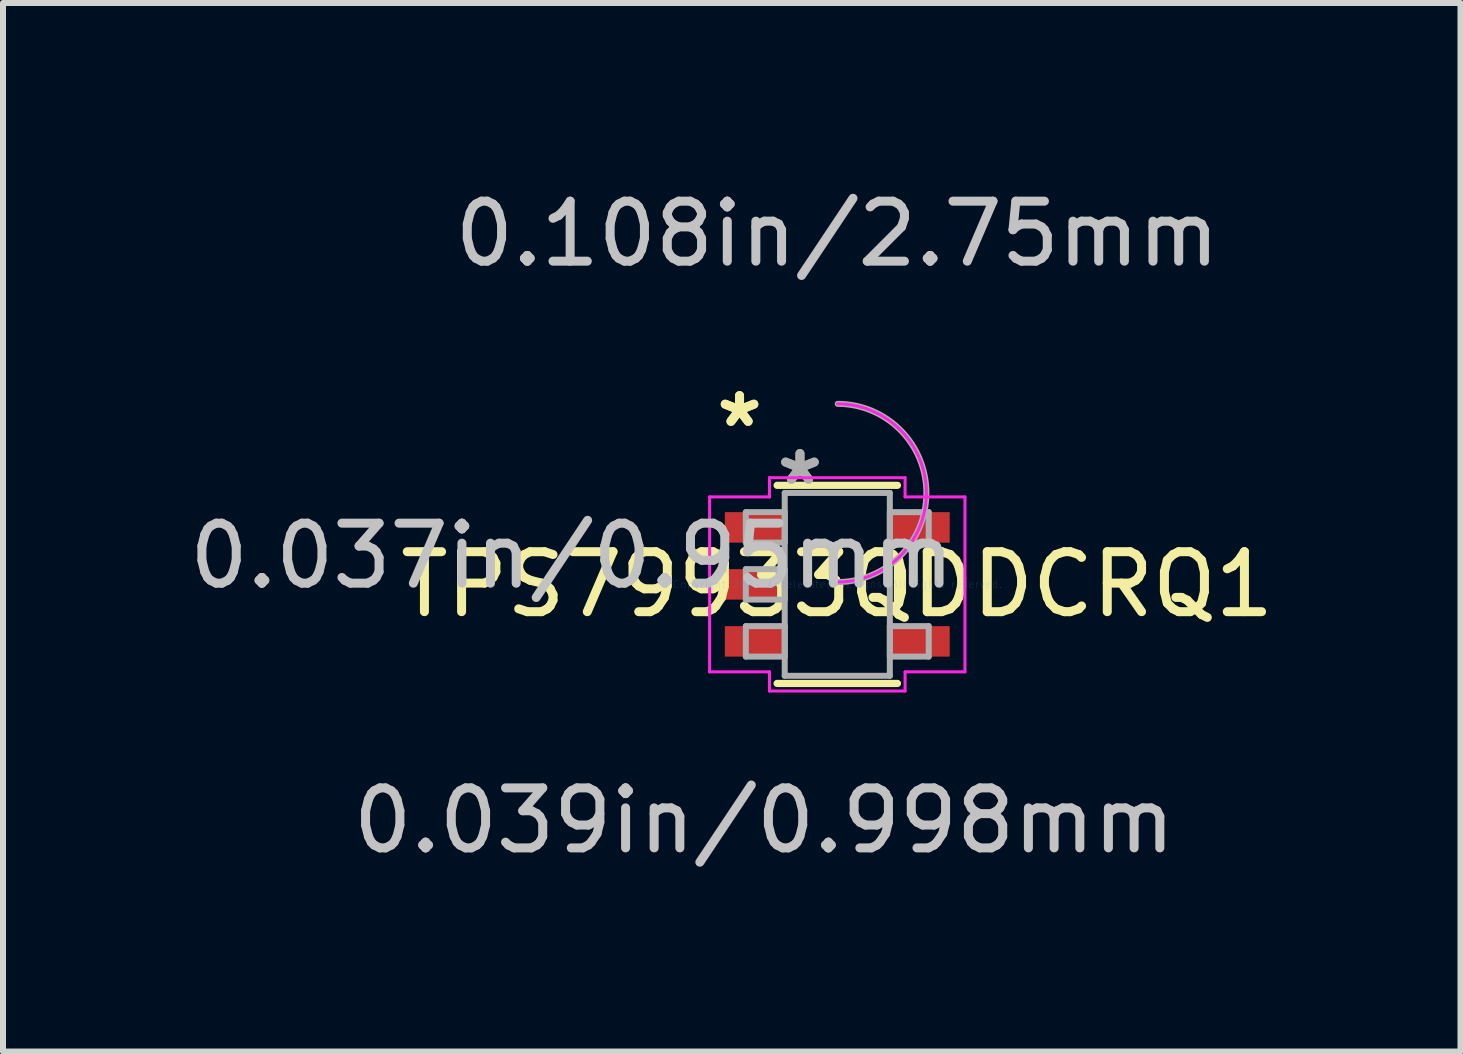
<source format=kicad_pcb>
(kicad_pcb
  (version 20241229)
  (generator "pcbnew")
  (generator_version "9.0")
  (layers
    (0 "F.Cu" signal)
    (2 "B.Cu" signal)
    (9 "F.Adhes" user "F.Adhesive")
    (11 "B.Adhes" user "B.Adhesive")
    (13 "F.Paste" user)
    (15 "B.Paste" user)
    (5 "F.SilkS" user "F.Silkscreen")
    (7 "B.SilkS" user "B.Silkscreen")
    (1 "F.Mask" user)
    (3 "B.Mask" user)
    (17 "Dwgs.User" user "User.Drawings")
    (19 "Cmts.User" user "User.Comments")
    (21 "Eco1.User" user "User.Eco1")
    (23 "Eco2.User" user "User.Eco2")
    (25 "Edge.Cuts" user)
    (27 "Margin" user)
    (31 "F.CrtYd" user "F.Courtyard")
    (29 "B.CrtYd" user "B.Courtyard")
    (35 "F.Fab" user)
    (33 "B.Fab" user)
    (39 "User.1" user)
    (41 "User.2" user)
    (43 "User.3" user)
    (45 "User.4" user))
  (footprint "TPS79933QDDCRQ1"
    (layer "F.Cu")
    (at 10.905 6.69)
    (property "Reference" "TPS79933QDDCRQ1" (at 0 0 0) (layer "F.SilkS") (effects (font (size 1 1) (thickness 0.15))))
    (attr through_hole)
    (fp_line (start -1.003 1.651) (end 1.003 1.651) (stroke (width 0.12) (type solid)) (layer "F.SilkS"))
    (fp_line (start 1.003 -1.651) (end -1.003 -1.651) (stroke (width 0.12) (type solid)) (layer "F.SilkS"))
    (fp_line (start 1.003 0.363) (end 1.003 -0.363) (stroke (width 0.12) (type solid)) (layer "F.SilkS"))
    (fp_line (start -2.128 -1.458) (end -1.13 -1.458) (stroke (width 0.05) (type solid)) (layer "F.CrtYd"))
    (fp_line (start -2.128 1.458) (end -2.128 -1.458) (stroke (width 0.05) (type solid)) (layer "F.CrtYd"))
    (fp_line (start -1.13 -1.778) (end 1.13 -1.778) (stroke (width 0.05) (type solid)) (layer "F.CrtYd"))
    (fp_line (start -1.13 -1.458) (end -1.13 -1.778) (stroke (width 0.05) (type solid)) (layer "F.CrtYd"))
    (fp_line (start -1.13 1.458) (end -2.128 1.458) (stroke (width 0.05) (type solid)) (layer "F.CrtYd"))
    (fp_line (start -1.13 1.778) (end -1.13 1.458) (stroke (width 0.05) (type solid)) (layer "F.CrtYd"))
    (fp_line (start 1.13 -1.778) (end 1.13 -1.458) (stroke (width 0.05) (type solid)) (layer "F.CrtYd"))
    (fp_line (start 1.13 -1.458) (end 2.128 -1.458) (stroke (width 0.05) (type solid)) (layer "F.CrtYd"))
    (fp_line (start 1.13 1.458) (end 1.13 1.778) (stroke (width 0.05) (type solid)) (layer "F.CrtYd"))
    (fp_line (start 1.13 1.778) (end -1.13 1.778) (stroke (width 0.05) (type solid)) (layer "F.CrtYd"))
    (fp_line (start 2.128 -1.458) (end 2.128 1.458) (stroke (width 0.05) (type solid)) (layer "F.CrtYd"))
    (fp_line (start 2.128 1.458) (end 1.13 1.458) (stroke (width 0.05) (type solid)) (layer "F.CrtYd"))
    (fp_arc (start 0.00371 -3.00929) (mid 1.48529 -1.52029) (end -0.00371 -0.03871) (stroke (width 0.05) (type solid)) (layer "F.CrtYd"))
    (fp_line (start -1.524 -1.204) (end -1.524 -0.696) (stroke (width 0.1) (type solid)) (layer "F.Fab"))
    (fp_line (start -1.524 -0.696) (end -0.876 -0.696) (stroke (width 0.1) (type solid)) (layer "F.Fab"))
    (fp_line (start -1.524 -0.254) (end -1.524 0.254) (stroke (width 0.1) (type solid)) (layer "F.Fab"))
    (fp_line (start -1.524 0.254) (end -0.876 0.254) (stroke (width 0.1) (type solid)) (layer "F.Fab"))
    (fp_line (start -1.524 0.696) (end -1.524 1.204) (stroke (width 0.1) (type solid)) (layer "F.Fab"))
    (fp_line (start -1.524 1.204) (end -0.876 1.204) (stroke (width 0.1) (type solid)) (layer "F.Fab"))
    (fp_line (start -0.876 -1.524) (end -0.876 1.524) (stroke (width 0.1) (type solid)) (layer "F.Fab"))
    (fp_line (start -0.876 -1.204) (end -1.524 -1.204) (stroke (width 0.1) (type solid)) (layer "F.Fab"))
    (fp_line (start -0.876 -0.696) (end -0.876 -1.204) (stroke (width 0.1) (type solid)) (layer "F.Fab"))
    (fp_line (start -0.876 -0.254) (end -1.524 -0.254) (stroke (width 0.1) (type solid)) (layer "F.Fab"))
    (fp_line (start -0.876 0.254) (end -0.876 -0.254) (stroke (width 0.1) (type solid)) (layer "F.Fab"))
    (fp_line (start -0.876 0.696) (end -1.524 0.696) (stroke (width 0.1) (type solid)) (layer "F.Fab"))
    (fp_line (start -0.876 1.204) (end -0.876 0.696) (stroke (width 0.1) (type solid)) (layer "F.Fab"))
    (fp_line (start -0.876 1.524) (end 0.876 1.524) (stroke (width 0.1) (type solid)) (layer "F.Fab"))
    (fp_line (start 0.876 -1.524) (end -0.876 -1.524) (stroke (width 0.1) (type solid)) (layer "F.Fab"))
    (fp_line (start 0.876 -1.204) (end 0.876 -0.696) (stroke (width 0.1) (type solid)) (layer "F.Fab"))
    (fp_line (start 0.876 -0.696) (end 1.524 -0.696) (stroke (width 0.1) (type solid)) (layer "F.Fab"))
    (fp_line (start 0.876 0.696) (end 0.876 1.204) (stroke (width 0.1) (type solid)) (layer "F.Fab"))
    (fp_line (start 0.876 1.204) (end 1.524 1.204) (stroke (width 0.1) (type solid)) (layer "F.Fab"))
    (fp_line (start 0.876 1.524) (end 0.876 -1.524) (stroke (width 0.1) (type solid)) (layer "F.Fab"))
    (fp_line (start 1.524 -1.204) (end 0.876 -1.204) (stroke (width 0.1) (type solid)) (layer "F.Fab"))
    (fp_line (start 1.524 -0.696) (end 1.524 -1.204) (stroke (width 0.1) (type solid)) (layer "F.Fab"))
    (fp_line (start 1.524 0.696) (end 0.876 0.696) (stroke (width 0.1) (type solid)) (layer "F.Fab"))
    (fp_line (start 1.524 1.204) (end 1.524 0.696) (stroke (width 0.1) (type solid)) (layer "F.Fab"))
    (fp_arc (start 0.007742 -3.00929) (mid 1.48529 -1.516258) (end -0.007742 -0.03871) (stroke (width 0.1) (type solid)) (layer "F.Fab"))
    (fp_text user "*" (at -1.629 -2.601 0) (layer "F.SilkS") (effects (font (size 1 1) (thickness 0.15))))
    (fp_text user "*" (at -1.629 -2.601 0) (layer "F.SilkS") (effects (font (size 1 1) (thickness 0.15))))
    (fp_text user "0.037in/0.95mm" (at -4.423 -0.475 0) (layer "Dwgs.User") (effects (font (size 1 1) (thickness 0.15))))
    (fp_text user "0.039in/0.998mm" (at -1.219 3.937 0) (layer "Dwgs.User") (effects (font (size 1 1) (thickness 0.15))))
    (fp_text user "0.108in/2.75mm" (at 0 -5.842 0) (layer "Dwgs.User") (effects (font (size 1 1) (thickness 0.15))))
    (fp_text user "Copyright 2021 Accelerated Designs. All rights reserved." (at 0 0 0) (layer "Cmts.User") (effects (font (size 0.127 0.127) (thickness 0.002))))
    (fp_text user "*" (at -0.622 -1.636 0) (layer "F.Fab") (effects (font (size 1 1) (thickness 0.15))))
    (fp_text user "*" (at -0.622 -1.636 0) (layer "F.Fab") (effects (font (size 1 1) (thickness 0.15))))
    (pad "1" smd rect (at -1.375 -0.95) (size 0.998 0.508) (layers "F.Cu" "F.Mask" "F.Paste"))
    (pad "2" smd rect (at -1.375 0) (size 0.998 0.508) (layers "F.Cu" "F.Mask" "F.Paste"))
    (pad "3" smd rect (at -1.375 0.95) (size 0.998 0.508) (layers "F.Cu" "F.Mask" "F.Paste"))
    (pad "4" smd rect (at 1.375 0.95) (size 0.998 0.508) (layers "F.Cu" "F.Mask" "F.Paste"))
    (pad "5" smd rect (at 1.375 -0.95) (size 0.998 0.508) (layers "F.Cu" "F.Mask" "F.Paste")))
  (gr_rect
    (start -3 -3)
    (end 21.292 14.476)
    (stroke (width 0.1) (type default))
    (fill no)
    (layer "Edge.Cuts")))
</source>
